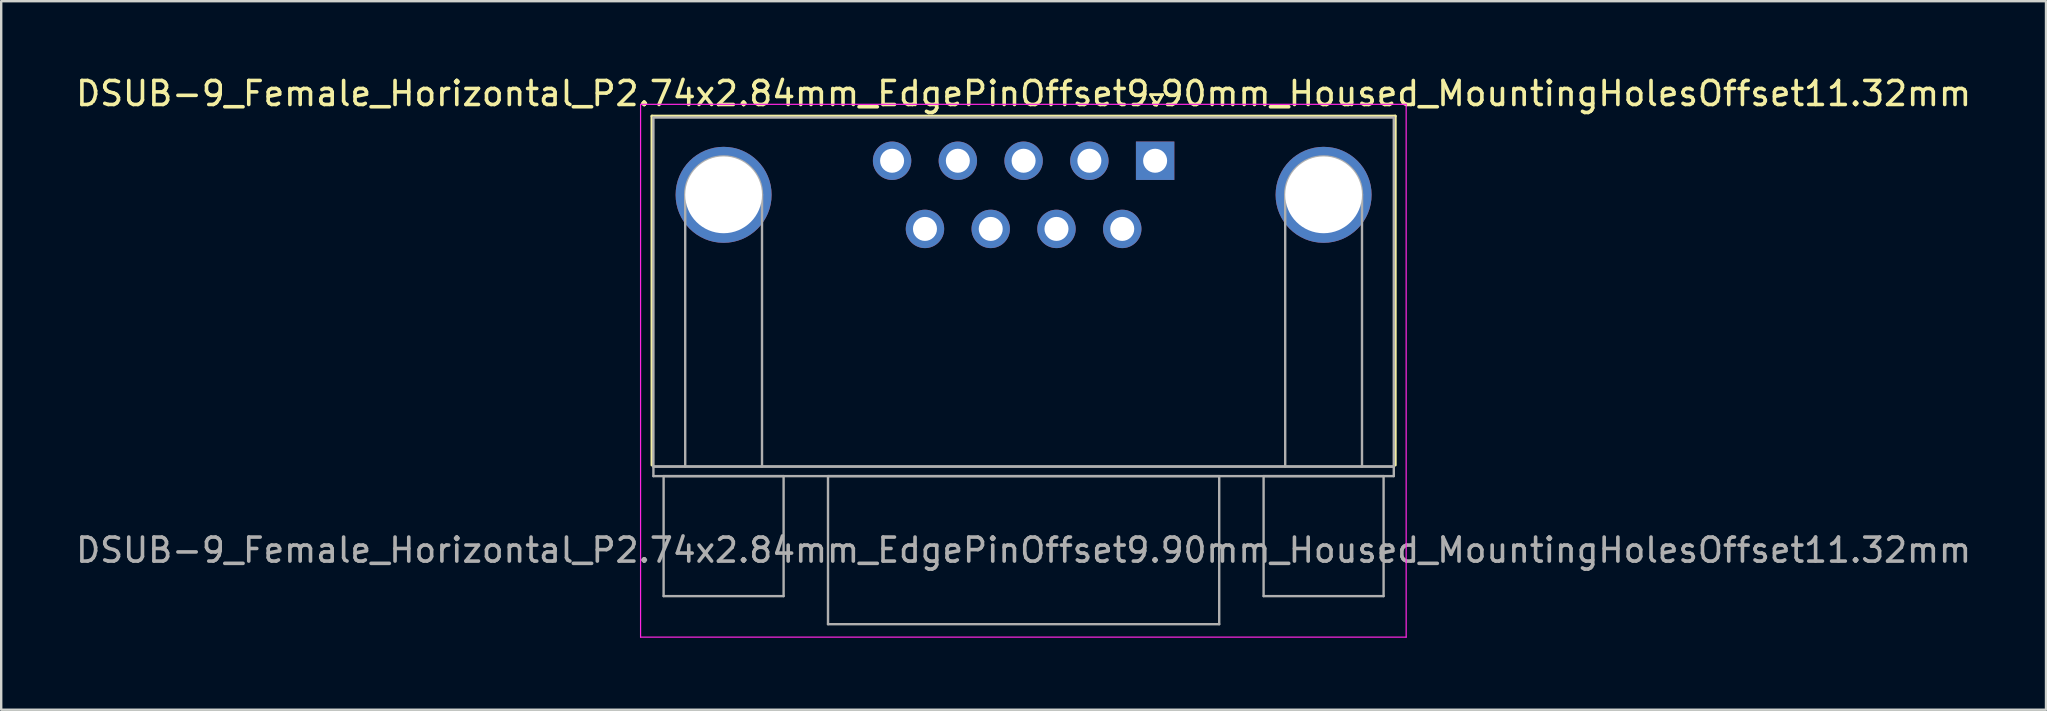
<source format=kicad_pcb>
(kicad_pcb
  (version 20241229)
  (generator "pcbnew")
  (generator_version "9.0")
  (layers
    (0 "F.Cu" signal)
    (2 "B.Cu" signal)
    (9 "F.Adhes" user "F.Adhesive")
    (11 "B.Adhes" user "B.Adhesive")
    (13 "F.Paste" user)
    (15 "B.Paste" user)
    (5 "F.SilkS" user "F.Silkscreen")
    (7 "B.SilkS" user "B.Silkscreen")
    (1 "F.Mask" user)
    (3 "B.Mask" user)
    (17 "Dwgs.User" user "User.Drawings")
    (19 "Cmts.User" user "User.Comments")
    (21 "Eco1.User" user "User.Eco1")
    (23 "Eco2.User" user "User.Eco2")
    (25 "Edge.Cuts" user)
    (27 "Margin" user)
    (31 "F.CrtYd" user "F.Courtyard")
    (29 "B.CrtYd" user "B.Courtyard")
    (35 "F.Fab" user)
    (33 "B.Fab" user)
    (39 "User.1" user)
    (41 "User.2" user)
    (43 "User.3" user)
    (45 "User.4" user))
  (footprint "DSUB-9_Female_Horizontal_P2.74x2.84mm_EdgePinOffset9.90mm_Housed_MountingHolesOffset11.32mm"
    (layer "F.Cu")
    (at 39.601 5.068)
    (property "Reference" "DSUB-9_Female_Horizontal_P2.74x2.84mm_EdgePinOffset9.90mm_Housed_MountingHolesOffset11.32mm" (at 0 -4.22 0) (layer "F.SilkS") (effects (font (size 1 1) (thickness 0.15))))
    (attr through_hole)
    (fp_line (start -15.485 -3.28) (end 15.485 -3.28) (stroke (width 0.12) (type solid)) (layer "F.SilkS"))
    (fp_line (start -15.485 11.26) (end -15.485 -3.28) (stroke (width 0.12) (type solid)) (layer "F.SilkS"))
    (fp_line (start 5.29 -4.174) (end 5.79 -4.174) (stroke (width 0.12) (type solid)) (layer "F.SilkS"))
    (fp_line (start 5.54 -3.741) (end 5.29 -4.174) (stroke (width 0.12) (type solid)) (layer "F.SilkS"))
    (fp_line (start 5.79 -4.174) (end 5.54 -3.741) (stroke (width 0.12) (type solid)) (layer "F.SilkS"))
    (fp_line (start 15.485 -3.28) (end 15.485 11.26) (stroke (width 0.12) (type solid)) (layer "F.SilkS"))
    (fp_line (start -15.96 -3.77) (end -15.96 18.43) (stroke (width 0.05) (type solid)) (layer "F.CrtYd"))
    (fp_line (start -15.96 18.43) (end 15.94 18.43) (stroke (width 0.05) (type solid)) (layer "F.CrtYd"))
    (fp_line (start 15.94 -3.77) (end -15.96 -3.77) (stroke (width 0.05) (type solid)) (layer "F.CrtYd"))
    (fp_line (start 15.94 18.43) (end 15.94 -3.77) (stroke (width 0.05) (type solid)) (layer "F.CrtYd"))
    (fp_line (start -15.425 -3.22) (end -15.425 11.32) (stroke (width 0.1) (type solid)) (layer "F.Fab"))
    (fp_line (start -15.425 11.32) (end -15.425 11.72) (stroke (width 0.1) (type solid)) (layer "F.Fab"))
    (fp_line (start -15.425 11.32) (end 15.425 11.32) (stroke (width 0.1) (type solid)) (layer "F.Fab"))
    (fp_line (start -15.425 11.72) (end 15.425 11.72) (stroke (width 0.1) (type solid)) (layer "F.Fab"))
    (fp_line (start -15 11.72) (end -15 16.72) (stroke (width 0.1) (type solid)) (layer "F.Fab"))
    (fp_line (start -15 16.72) (end -10 16.72) (stroke (width 0.1) (type solid)) (layer "F.Fab"))
    (fp_line (start -14.1 11.32) (end -14.1 0) (stroke (width 0.1) (type solid)) (layer "F.Fab"))
    (fp_line (start -10.9 11.32) (end -10.9 0) (stroke (width 0.1) (type solid)) (layer "F.Fab"))
    (fp_line (start -10 11.72) (end -15 11.72) (stroke (width 0.1) (type solid)) (layer "F.Fab"))
    (fp_line (start -10 16.72) (end -10 11.72) (stroke (width 0.1) (type solid)) (layer "F.Fab"))
    (fp_line (start -8.15 11.72) (end -8.15 17.89) (stroke (width 0.1) (type solid)) (layer "F.Fab"))
    (fp_line (start -8.15 17.89) (end 8.15 17.89) (stroke (width 0.1) (type solid)) (layer "F.Fab"))
    (fp_line (start 8.15 11.72) (end -8.15 11.72) (stroke (width 0.1) (type solid)) (layer "F.Fab"))
    (fp_line (start 8.15 17.89) (end 8.15 11.72) (stroke (width 0.1) (type solid)) (layer "F.Fab"))
    (fp_line (start 10 11.72) (end 10 16.72) (stroke (width 0.1) (type solid)) (layer "F.Fab"))
    (fp_line (start 10 16.72) (end 15 16.72) (stroke (width 0.1) (type solid)) (layer "F.Fab"))
    (fp_line (start 10.9 11.32) (end 10.9 0) (stroke (width 0.1) (type solid)) (layer "F.Fab"))
    (fp_line (start 14.1 11.32) (end 14.1 0) (stroke (width 0.1) (type solid)) (layer "F.Fab"))
    (fp_line (start 15 11.72) (end 10 11.72) (stroke (width 0.1) (type solid)) (layer "F.Fab"))
    (fp_line (start 15 16.72) (end 15 11.72) (stroke (width 0.1) (type solid)) (layer "F.Fab"))
    (fp_line (start 15.425 -3.22) (end -15.425 -3.22) (stroke (width 0.1) (type solid)) (layer "F.Fab"))
    (fp_line (start 15.425 11.32) (end -15.425 11.32) (stroke (width 0.1) (type solid)) (layer "F.Fab"))
    (fp_line (start 15.425 11.32) (end 15.425 -3.22) (stroke (width 0.1) (type solid)) (layer "F.Fab"))
    (fp_line (start 15.425 11.72) (end 15.425 11.32) (stroke (width 0.1) (type solid)) (layer "F.Fab"))
    (fp_arc (start -14.1 0) (mid -12.5 -1.6) (end -10.9 0) (stroke (width 0.1) (type solid)) (layer "F.Fab"))
    (fp_arc (start 10.9 0) (mid 12.5 -1.6) (end 14.1 0) (stroke (width 0.1) (type solid)) (layer "F.Fab"))
    (fp_text user "${REFERENCE}" (at 0 14.805 0) (layer "F.Fab") (effects (font (size 1 1) (thickness 0.15))))
    (pad "0" thru_hole circle (at -12.5 0) (size 4 4) (drill 3.2) (layers "*.Cu" "*.Mask"))
    (pad "0" thru_hole circle (at 12.5 0) (size 4 4) (drill 3.2) (layers "*.Cu" "*.Mask"))
    (pad "1" thru_hole rect (at 5.48 -1.42) (size 1.6 1.6) (drill 1) (layers "*.Cu" "*.Mask"))
    (pad "2" thru_hole circle (at 2.74 -1.42) (size 1.6 1.6) (drill 1) (layers "*.Cu" "*.Mask"))
    (pad "3" thru_hole circle (at 0 -1.42) (size 1.6 1.6) (drill 1) (layers "*.Cu" "*.Mask"))
    (pad "4" thru_hole circle (at -2.74 -1.42) (size 1.6 1.6) (drill 1) (layers "*.Cu" "*.Mask"))
    (pad "5" thru_hole circle (at -5.48 -1.42) (size 1.6 1.6) (drill 1) (layers "*.Cu" "*.Mask"))
    (pad "6" thru_hole circle (at 4.11 1.42) (size 1.6 1.6) (drill 1) (layers "*.Cu" "*.Mask"))
    (pad "7" thru_hole circle (at 1.37 1.42) (size 1.6 1.6) (drill 1) (layers "*.Cu" "*.Mask"))
    (pad "8" thru_hole circle (at -1.37 1.42) (size 1.6 1.6) (drill 1) (layers "*.Cu" "*.Mask"))
    (pad "9" thru_hole circle (at -4.11 1.42) (size 1.6 1.6) (drill 1) (layers "*.Cu" "*.Mask")))
  (gr_rect
    (start -3 -3)
    (end 82.202 26.523)
    (stroke (width 0.1) (type default))
    (fill no)
    (layer "Edge.Cuts")))
</source>
